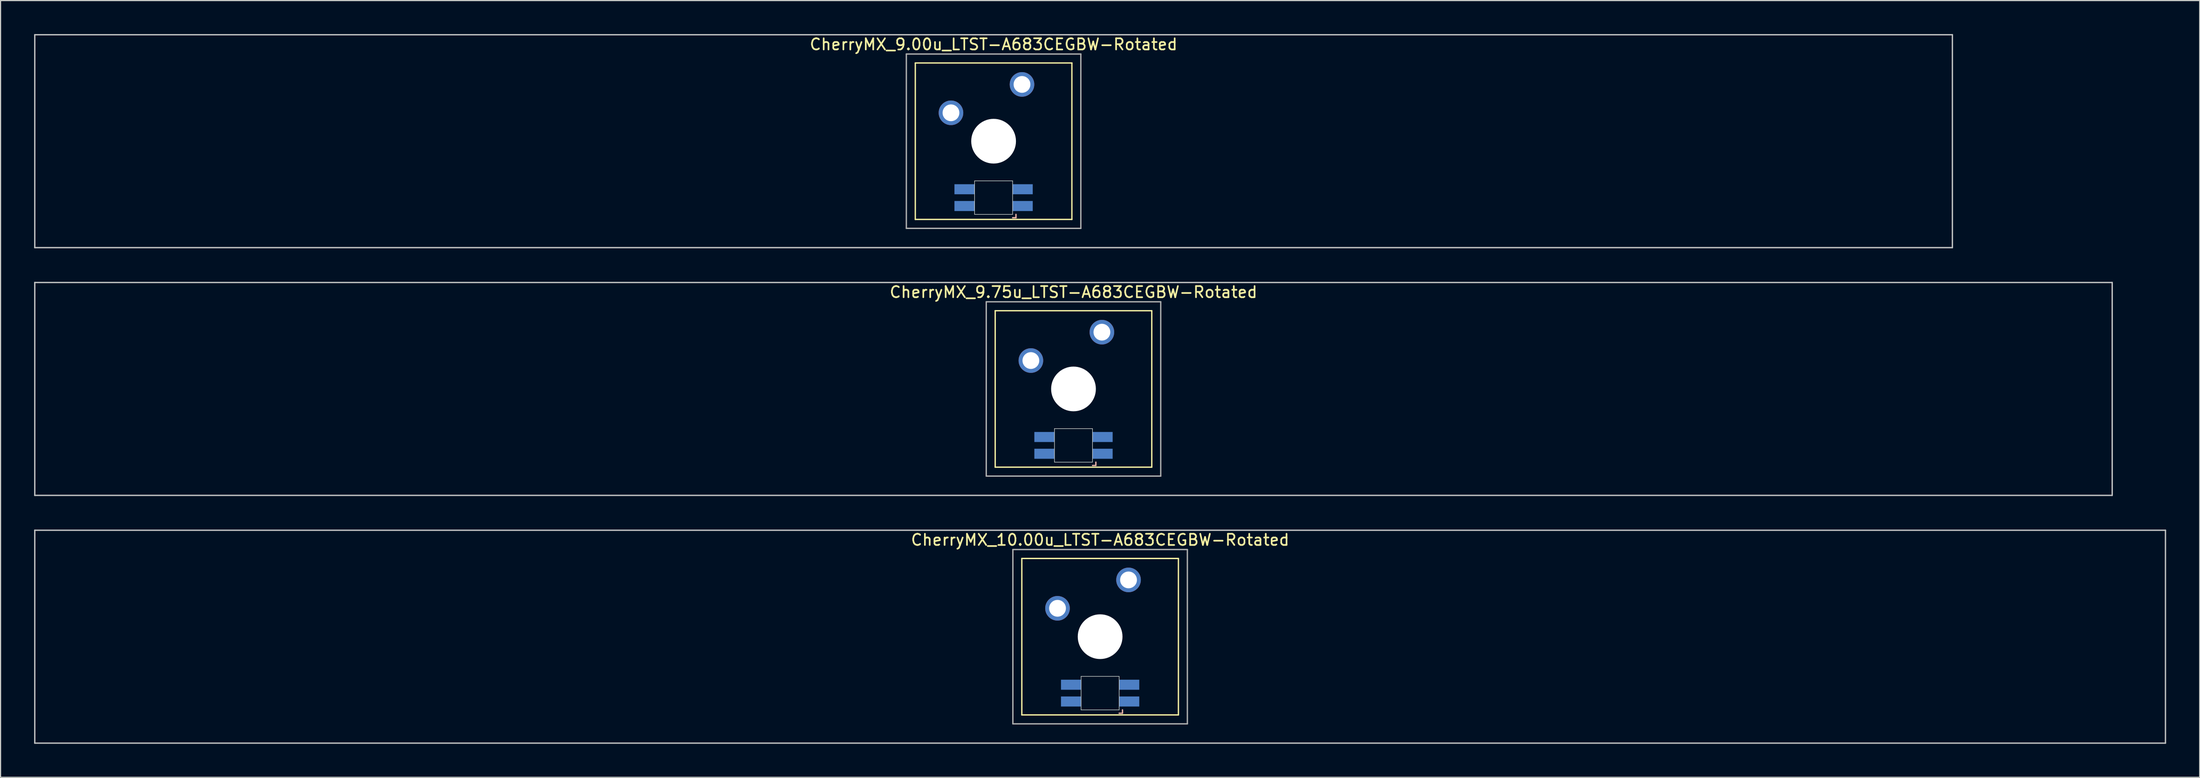
<source format=kicad_pcb>
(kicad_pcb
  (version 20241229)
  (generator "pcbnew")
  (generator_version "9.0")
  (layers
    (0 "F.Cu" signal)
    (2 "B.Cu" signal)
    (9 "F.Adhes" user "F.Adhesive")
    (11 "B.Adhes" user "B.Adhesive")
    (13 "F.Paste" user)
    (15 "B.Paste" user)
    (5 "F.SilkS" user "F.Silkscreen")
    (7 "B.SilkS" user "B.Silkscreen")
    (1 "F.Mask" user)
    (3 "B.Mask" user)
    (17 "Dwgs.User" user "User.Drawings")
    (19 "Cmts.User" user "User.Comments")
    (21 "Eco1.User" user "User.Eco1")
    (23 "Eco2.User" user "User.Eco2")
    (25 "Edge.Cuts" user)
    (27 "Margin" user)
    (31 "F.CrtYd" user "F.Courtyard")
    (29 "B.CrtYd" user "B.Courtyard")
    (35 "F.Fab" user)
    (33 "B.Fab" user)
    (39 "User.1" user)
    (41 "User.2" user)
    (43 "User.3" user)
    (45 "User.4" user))
  (footprint "CherryMX_9.00u_LTST-A683CEGBW-Rotated"
    (layer "F.Cu")
    (at 85.785 9.585)
    (property "Reference" "CherryMX_9.00u_LTST-A683CEGBW-Rotated" (at 0 -8.662 0) (layer "F.SilkS") (effects (font (size 1 1) (thickness 0.15))))
    (attr through_hole)
    (fp_line (start -7 -7) (end -7 7) (stroke (width 0.12) (type solid)) (layer "F.SilkS"))
    (fp_line (start -7 -7) (end 7 -7) (stroke (width 0.12) (type solid)) (layer "F.SilkS"))
    (fp_line (start 7 -7) (end 7 7) (stroke (width 0.12) (type solid)) (layer "F.SilkS"))
    (fp_line (start 7 7) (end -7 7) (stroke (width 0.12) (type solid)) (layer "F.SilkS"))
    (fp_line (start 1.7 6.85) (end 2 6.85) (stroke (width 0.12) (type solid)) (layer "B.SilkS"))
    (fp_line (start 2 6.85) (end 2 6.55) (stroke (width 0.12) (type solid)) (layer "B.SilkS"))
    (fp_line (start -85.725 -9.525) (end 85.725 -9.525) (stroke (width 0.12) (type solid)) (layer "Dwgs.User"))
    (fp_line (start -85.725 9.525) (end -85.725 -9.525) (stroke (width 0.12) (type solid)) (layer "Dwgs.User"))
    (fp_line (start 85.725 -9.525) (end 85.725 9.525) (stroke (width 0.12) (type solid)) (layer "Dwgs.User"))
    (fp_line (start 85.725 9.525) (end -85.725 9.525) (stroke (width 0.12) (type solid)) (layer "Dwgs.User"))
    (fp_line (start -1.7 3.55) (end 1.7 3.55) (stroke (width 0.05) (type solid)) (layer "Edge.Cuts"))
    (fp_line (start -1.7 6.55) (end -1.7 3.55) (stroke (width 0.05) (type solid)) (layer "Edge.Cuts"))
    (fp_line (start 1.7 3.55) (end 1.7 6.55) (stroke (width 0.05) (type solid)) (layer "Edge.Cuts"))
    (fp_line (start 1.7 6.55) (end -1.7 6.55) (stroke (width 0.05) (type solid)) (layer "Edge.Cuts"))
    (fp_line (start -7.8 -7.8) (end -7.8 7.8) (stroke (width 0.12) (type solid)) (layer "F.Fab"))
    (fp_line (start -7.8 -7.8) (end 7.8 -7.8) (stroke (width 0.12) (type solid)) (layer "F.Fab"))
    (fp_line (start -7.8 7.8) (end 7.8 7.8) (stroke (width 0.12) (type solid)) (layer "F.Fab"))
    (fp_line (start 7.8 -7.8) (end 7.8 7.8) (stroke (width 0.12) (type solid)) (layer "F.Fab"))
    (pad "" np_thru_hole circle (at 0 0) (size 4 4) (drill 4) (layers "*.Cu" "*.Mask"))
    (pad "1" thru_hole circle (at -3.81 -2.54) (size 2.2 2.2) (drill 1.5) (layers "*.Cu" "*.Mask"))
    (pad "2" thru_hole circle (at 2.54 -5.08) (size 2.2 2.2) (drill 1.5) (layers "*.Cu" "*.Mask"))
    (pad "3" smd rect (at 2.6 5.8) (size 1.8 0.9) (layers "B.Cu" "B.Mask" "B.Paste"))
    (pad "4" smd rect (at 2.6 4.3) (size 1.8 0.9) (layers "B.Cu" "B.Mask" "B.Paste"))
    (pad "5" smd rect (at -2.6 5.8) (size 1.8 0.9) (layers "B.Cu" "B.Mask" "B.Paste"))
    (pad "6" smd rect (at -2.6 4.3) (size 1.8 0.9) (layers "B.Cu" "B.Mask" "B.Paste")))
  (footprint "CherryMX_9.75u_LTST-A683CEGBW-Rotated"
    (layer "F.Cu")
    (at 92.929 31.755)
    (property "Reference" "CherryMX_9.75u_LTST-A683CEGBW-Rotated" (at 0 -8.662 0) (layer "F.SilkS") (effects (font (size 1 1) (thickness 0.15))))
    (attr through_hole)
    (fp_line (start -7 -7) (end -7 7) (stroke (width 0.12) (type solid)) (layer "F.SilkS"))
    (fp_line (start -7 -7) (end 7 -7) (stroke (width 0.12) (type solid)) (layer "F.SilkS"))
    (fp_line (start 7 -7) (end 7 7) (stroke (width 0.12) (type solid)) (layer "F.SilkS"))
    (fp_line (start 7 7) (end -7 7) (stroke (width 0.12) (type solid)) (layer "F.SilkS"))
    (fp_line (start 1.7 6.85) (end 2 6.85) (stroke (width 0.12) (type solid)) (layer "B.SilkS"))
    (fp_line (start 2 6.85) (end 2 6.55) (stroke (width 0.12) (type solid)) (layer "B.SilkS"))
    (fp_line (start -92.869 -9.525) (end 92.869 -9.525) (stroke (width 0.12) (type solid)) (layer "Dwgs.User"))
    (fp_line (start -92.869 9.525) (end -92.869 -9.525) (stroke (width 0.12) (type solid)) (layer "Dwgs.User"))
    (fp_line (start 92.869 -9.525) (end 92.869 9.525) (stroke (width 0.12) (type solid)) (layer "Dwgs.User"))
    (fp_line (start 92.869 9.525) (end -92.869 9.525) (stroke (width 0.12) (type solid)) (layer "Dwgs.User"))
    (fp_line (start -1.7 3.55) (end 1.7 3.55) (stroke (width 0.05) (type solid)) (layer "Edge.Cuts"))
    (fp_line (start -1.7 6.55) (end -1.7 3.55) (stroke (width 0.05) (type solid)) (layer "Edge.Cuts"))
    (fp_line (start 1.7 3.55) (end 1.7 6.55) (stroke (width 0.05) (type solid)) (layer "Edge.Cuts"))
    (fp_line (start 1.7 6.55) (end -1.7 6.55) (stroke (width 0.05) (type solid)) (layer "Edge.Cuts"))
    (fp_line (start -7.8 -7.8) (end -7.8 7.8) (stroke (width 0.12) (type solid)) (layer "F.Fab"))
    (fp_line (start -7.8 -7.8) (end 7.8 -7.8) (stroke (width 0.12) (type solid)) (layer "F.Fab"))
    (fp_line (start -7.8 7.8) (end 7.8 7.8) (stroke (width 0.12) (type solid)) (layer "F.Fab"))
    (fp_line (start 7.8 -7.8) (end 7.8 7.8) (stroke (width 0.12) (type solid)) (layer "F.Fab"))
    (pad "" np_thru_hole circle (at 0 0) (size 4 4) (drill 4) (layers "*.Cu" "*.Mask"))
    (pad "1" thru_hole circle (at -3.81 -2.54) (size 2.2 2.2) (drill 1.5) (layers "*.Cu" "*.Mask"))
    (pad "2" thru_hole circle (at 2.54 -5.08) (size 2.2 2.2) (drill 1.5) (layers "*.Cu" "*.Mask"))
    (pad "3" smd rect (at 2.6 5.8) (size 1.8 0.9) (layers "B.Cu" "B.Mask" "B.Paste"))
    (pad "4" smd rect (at 2.6 4.3) (size 1.8 0.9) (layers "B.Cu" "B.Mask" "B.Paste"))
    (pad "5" smd rect (at -2.6 5.8) (size 1.8 0.9) (layers "B.Cu" "B.Mask" "B.Paste"))
    (pad "6" smd rect (at -2.6 4.3) (size 1.8 0.9) (layers "B.Cu" "B.Mask" "B.Paste")))
  (footprint "CherryMX_10.00u_LTST-A683CEGBW-Rotated"
    (layer "F.Cu")
    (at 95.31 53.925)
    (property "Reference" "CherryMX_10.00u_LTST-A683CEGBW-Rotated" (at 0 -8.662 0) (layer "F.SilkS") (effects (font (size 1 1) (thickness 0.15))))
    (attr through_hole)
    (fp_line (start -7 -7) (end -7 7) (stroke (width 0.12) (type solid)) (layer "F.SilkS"))
    (fp_line (start -7 -7) (end 7 -7) (stroke (width 0.12) (type solid)) (layer "F.SilkS"))
    (fp_line (start 7 -7) (end 7 7) (stroke (width 0.12) (type solid)) (layer "F.SilkS"))
    (fp_line (start 7 7) (end -7 7) (stroke (width 0.12) (type solid)) (layer "F.SilkS"))
    (fp_line (start 1.7 6.85) (end 2 6.85) (stroke (width 0.12) (type solid)) (layer "B.SilkS"))
    (fp_line (start 2 6.85) (end 2 6.55) (stroke (width 0.12) (type solid)) (layer "B.SilkS"))
    (fp_line (start -95.25 -9.525) (end 95.25 -9.525) (stroke (width 0.12) (type solid)) (layer "Dwgs.User"))
    (fp_line (start -95.25 9.525) (end -95.25 -9.525) (stroke (width 0.12) (type solid)) (layer "Dwgs.User"))
    (fp_line (start 95.25 -9.525) (end 95.25 9.525) (stroke (width 0.12) (type solid)) (layer "Dwgs.User"))
    (fp_line (start 95.25 9.525) (end -95.25 9.525) (stroke (width 0.12) (type solid)) (layer "Dwgs.User"))
    (fp_line (start -1.7 3.55) (end 1.7 3.55) (stroke (width 0.05) (type solid)) (layer "Edge.Cuts"))
    (fp_line (start -1.7 6.55) (end -1.7 3.55) (stroke (width 0.05) (type solid)) (layer "Edge.Cuts"))
    (fp_line (start 1.7 3.55) (end 1.7 6.55) (stroke (width 0.05) (type solid)) (layer "Edge.Cuts"))
    (fp_line (start 1.7 6.55) (end -1.7 6.55) (stroke (width 0.05) (type solid)) (layer "Edge.Cuts"))
    (fp_line (start -7.8 -7.8) (end -7.8 7.8) (stroke (width 0.12) (type solid)) (layer "F.Fab"))
    (fp_line (start -7.8 -7.8) (end 7.8 -7.8) (stroke (width 0.12) (type solid)) (layer "F.Fab"))
    (fp_line (start -7.8 7.8) (end 7.8 7.8) (stroke (width 0.12) (type solid)) (layer "F.Fab"))
    (fp_line (start 7.8 -7.8) (end 7.8 7.8) (stroke (width 0.12) (type solid)) (layer "F.Fab"))
    (pad "" np_thru_hole circle (at 0 0) (size 4 4) (drill 4) (layers "*.Cu" "*.Mask"))
    (pad "1" thru_hole circle (at -3.81 -2.54) (size 2.2 2.2) (drill 1.5) (layers "*.Cu" "*.Mask"))
    (pad "2" thru_hole circle (at 2.54 -5.08) (size 2.2 2.2) (drill 1.5) (layers "*.Cu" "*.Mask"))
    (pad "3" smd rect (at 2.6 5.8) (size 1.8 0.9) (layers "B.Cu" "B.Mask" "B.Paste"))
    (pad "4" smd rect (at 2.6 4.3) (size 1.8 0.9) (layers "B.Cu" "B.Mask" "B.Paste"))
    (pad "5" smd rect (at -2.6 5.8) (size 1.8 0.9) (layers "B.Cu" "B.Mask" "B.Paste"))
    (pad "6" smd rect (at -2.6 4.3) (size 1.8 0.9) (layers "B.Cu" "B.Mask" "B.Paste")))
  (gr_rect
    (start -3 -3)
    (end 193.62 66.51)
    (stroke (width 0.1) (type default))
    (fill no)
    (layer "Edge.Cuts")))
</source>
